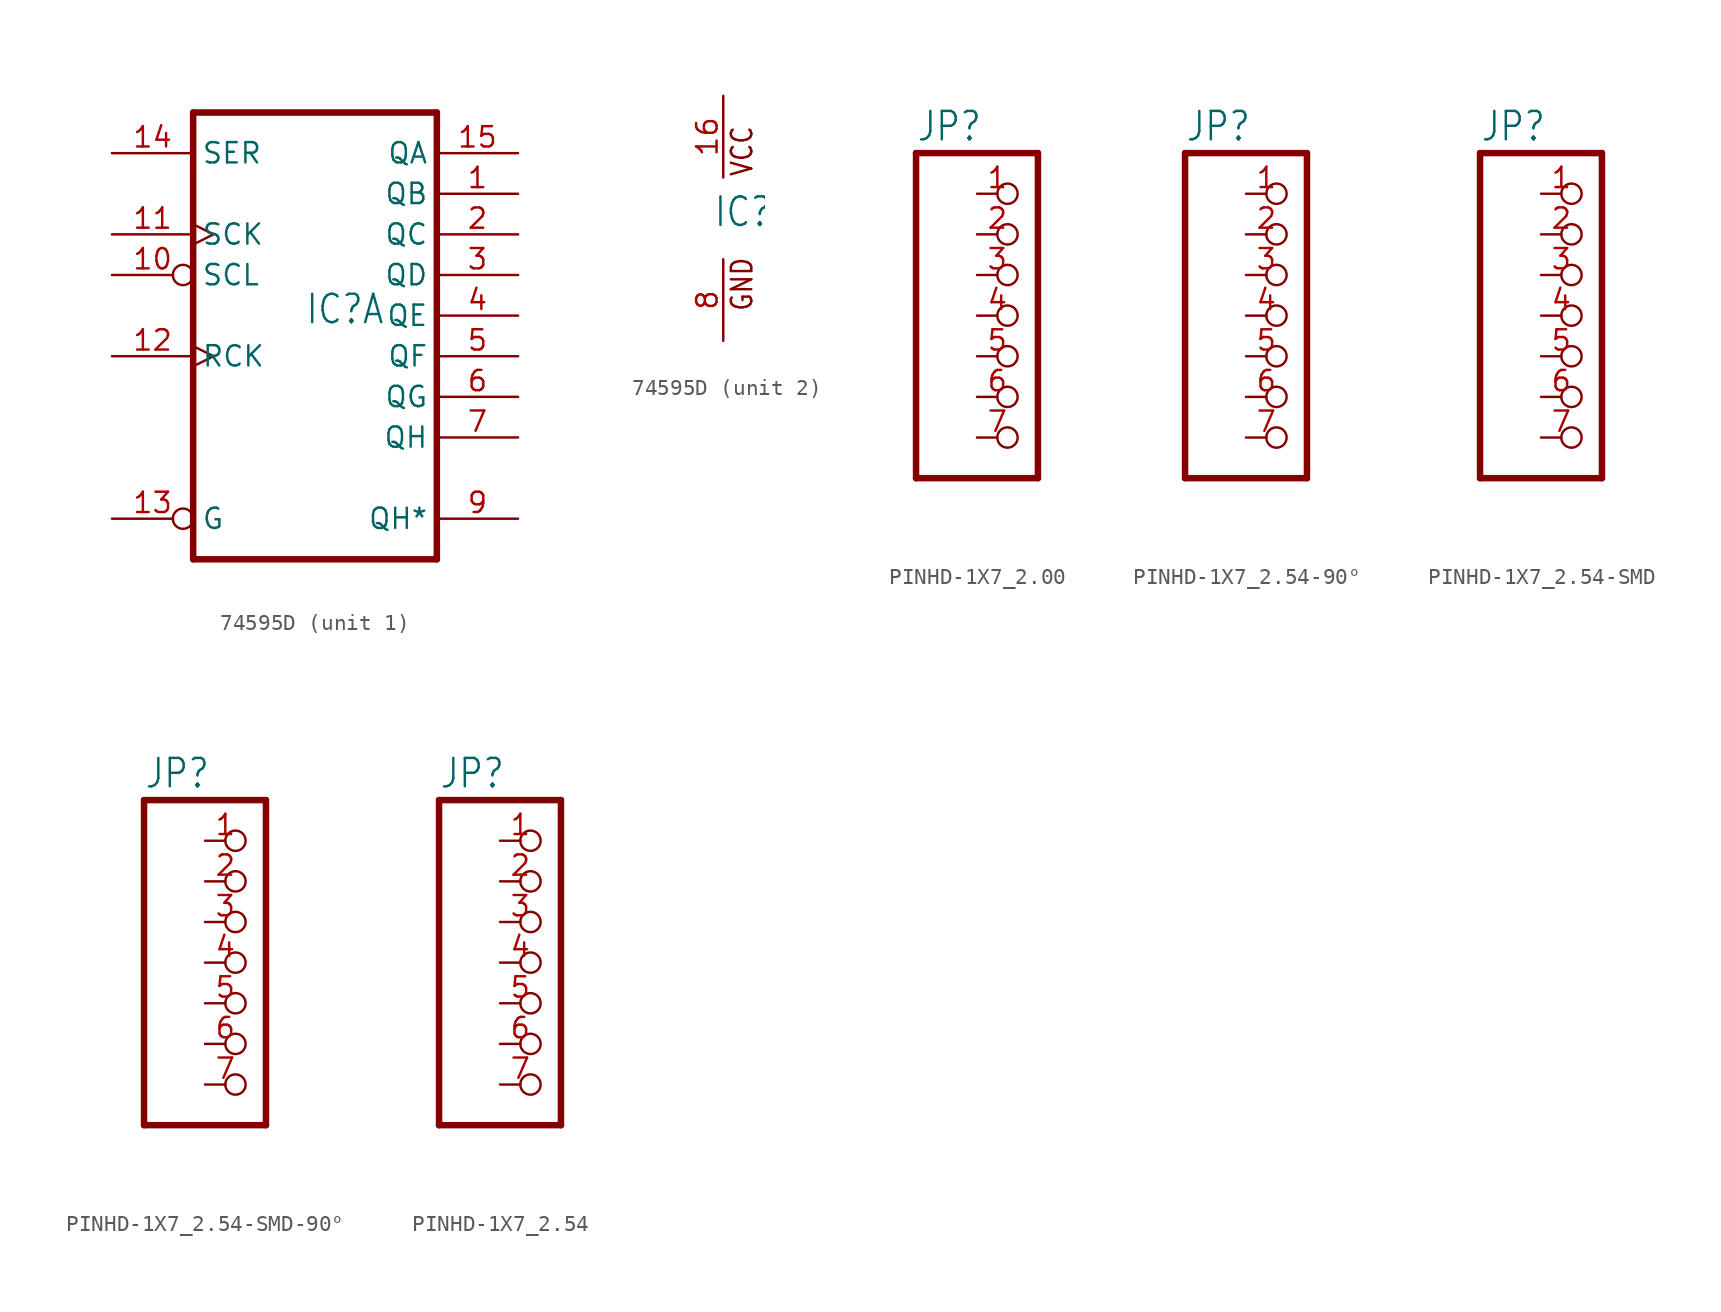
<source format=kicad_sym>
(kicad_symbol_lib
  (version 20220914)
  (generator kicad_symbol_editor)
  (symbol "74595D"
    (property "Reference" "IC"
      (at -0.635 -0.635 0)
      (effects (font (size 1.778 1.511)) (justify left bottom)))
    (property "ki_locked" ""
      (at 0 0 0)
      (effects (font (size 1.27 1.27))))
    (symbol "74595D_1_0"
      (polyline (pts (xy -7.62 -15.24) (xy 7.62 -15.24)) (stroke (width 0.406) (type solid)) (fill (type none)))
      (polyline (pts (xy -7.62 12.7) (xy -7.62 -15.24)) (stroke (width 0.406) (type solid)) (fill (type none)))
      (polyline (pts (xy 7.62 -15.24) (xy 7.62 12.7)) (stroke (width 0.406) (type solid)) (fill (type none)))
      (polyline (pts (xy 7.62 12.7) (xy -7.62 12.7)) (stroke (width 0.406) (type solid)) (fill (type none)))
      (pin tri_state line (at 12.7 7.62 180) (length 5.08) (name "QB" (effects (font (size 1.27 1.27)))) (number "1" (effects (font (size 1.27 1.27)))))
      (pin input inverted (at -12.7 2.54 0) (length 5.08) (name "SCL" (effects (font (size 1.27 1.27)))) (number "10" (effects (font (size 1.27 1.27)))))
      (pin input clock (at -12.7 5.08 0) (length 5.08) (name "SCK" (effects (font (size 1.27 1.27)))) (number "11" (effects (font (size 1.27 1.27)))))
      (pin input clock (at -12.7 -2.54 0) (length 5.08) (name "RCK" (effects (font (size 1.27 1.27)))) (number "12" (effects (font (size 1.27 1.27)))))
      (pin input inverted (at -12.7 -12.7 0) (length 5.08) (name "G" (effects (font (size 1.27 1.27)))) (number "13" (effects (font (size 1.27 1.27)))))
      (pin input line (at -12.7 10.16 0) (length 5.08) (name "SER" (effects (font (size 1.27 1.27)))) (number "14" (effects (font (size 1.27 1.27)))))
      (pin tri_state line (at 12.7 10.16 180) (length 5.08) (name "QA" (effects (font (size 1.27 1.27)))) (number "15" (effects (font (size 1.27 1.27)))))
      (pin tri_state line (at 12.7 5.08 180) (length 5.08) (name "QC" (effects (font (size 1.27 1.27)))) (number "2" (effects (font (size 1.27 1.27)))))
      (pin tri_state line (at 12.7 2.54 180) (length 5.08) (name "QD" (effects (font (size 1.27 1.27)))) (number "3" (effects (font (size 1.27 1.27)))))
      (pin tri_state line (at 12.7 0 180) (length 5.08) (name "QE" (effects (font (size 1.27 1.27)))) (number "4" (effects (font (size 1.27 1.27)))))
      (pin tri_state line (at 12.7 -2.54 180) (length 5.08) (name "QF" (effects (font (size 1.27 1.27)))) (number "5" (effects (font (size 1.27 1.27)))))
      (pin tri_state line (at 12.7 -5.08 180) (length 5.08) (name "QG" (effects (font (size 1.27 1.27)))) (number "6" (effects (font (size 1.27 1.27)))))
      (pin tri_state line (at 12.7 -7.62 180) (length 5.08) (name "QH" (effects (font (size 1.27 1.27)))) (number "7" (effects (font (size 1.27 1.27)))))
      (pin tri_state line (at 12.7 -12.7 180) (length 5.08) (name "QH*" (effects (font (size 1.27 1.27)))) (number "9" (effects (font (size 1.27 1.27))))))
    (symbol "74595D_2_0"
      (text "GND" (at 1.905 -5.842 900) (effects (font (size 1.27 1.079)) (justify left bottom)))
      (text "VCC" (at 1.905 2.54 900) (effects (font (size 1.27 1.079)) (justify left bottom)))
      (pin power_in line (at 0 7.62 270) (length 5.08) (name "VCC" (effects (font (size 0 0)))) (number "16" (effects (font (size 1.27 1.27)))))
      (pin power_in line (at 0 -7.62 90) (length 5.08) (name "GND" (effects (font (size 0 0)))) (number "8" (effects (font (size 1.27 1.27)))))))
  (symbol "PINHD-1X7_2.00"
    (property "Reference" "JP"
      (at -6.35 10.795 0)
      (effects (font (size 1.778 1.511)) (justify left bottom)))
    (property "Value" ""
      (at -6.35 -12.7 0)
      (effects (font (size 1.778 1.511)) (justify left bottom)))
    (property "ki_locked" ""
      (at 0 0 0)
      (effects (font (size 1.27 1.27))))
    (symbol "PINHD-1X7_2.00_1_0"
      (polyline (pts (xy -6.35 -10.16) (xy 1.27 -10.16)) (stroke (width 0.406) (type solid)) (fill (type none)))
      (polyline (pts (xy -6.35 10.16) (xy -6.35 -10.16)) (stroke (width 0.406) (type solid)) (fill (type none)))
      (polyline (pts (xy 1.27 -10.16) (xy 1.27 10.16)) (stroke (width 0.406) (type solid)) (fill (type none)))
      (polyline (pts (xy 1.27 10.16) (xy -6.35 10.16)) (stroke (width 0.406) (type solid)) (fill (type none)))
      (pin passive inverted (at -2.54 7.62 0) (length 2.54) (name "1" (effects (font (size 0 0)))) (number "1" (effects (font (size 1.27 1.27)))))
      (pin passive inverted (at -2.54 5.08 0) (length 2.54) (name "2" (effects (font (size 0 0)))) (number "2" (effects (font (size 1.27 1.27)))))
      (pin passive inverted (at -2.54 2.54 0) (length 2.54) (name "3" (effects (font (size 0 0)))) (number "3" (effects (font (size 1.27 1.27)))))
      (pin passive inverted (at -2.54 0 0) (length 2.54) (name "4" (effects (font (size 0 0)))) (number "4" (effects (font (size 1.27 1.27)))))
      (pin passive inverted (at -2.54 -2.54 0) (length 2.54) (name "5" (effects (font (size 0 0)))) (number "5" (effects (font (size 1.27 1.27)))))
      (pin passive inverted (at -2.54 -5.08 0) (length 2.54) (name "6" (effects (font (size 0 0)))) (number "6" (effects (font (size 1.27 1.27)))))
      (pin passive inverted (at -2.54 -7.62 0) (length 2.54) (name "7" (effects (font (size 0 0)))) (number "7" (effects (font (size 1.27 1.27)))))))
  (symbol "PINHD-1X7_2.54-90°"
    (property "Reference" "JP"
      (at -6.35 10.795 0)
      (effects (font (size 1.778 1.511)) (justify left bottom)))
    (property "Value" ""
      (at -6.35 -12.7 0)
      (effects (font (size 1.778 1.511)) (justify left bottom)))
    (property "ki_locked" ""
      (at 0 0 0)
      (effects (font (size 1.27 1.27))))
    (symbol "PINHD-1X7_2.54-90°_1_0"
      (polyline (pts (xy -6.35 -10.16) (xy 1.27 -10.16)) (stroke (width 0.406) (type solid)) (fill (type none)))
      (polyline (pts (xy -6.35 10.16) (xy -6.35 -10.16)) (stroke (width 0.406) (type solid)) (fill (type none)))
      (polyline (pts (xy 1.27 -10.16) (xy 1.27 10.16)) (stroke (width 0.406) (type solid)) (fill (type none)))
      (polyline (pts (xy 1.27 10.16) (xy -6.35 10.16)) (stroke (width 0.406) (type solid)) (fill (type none)))
      (pin passive inverted (at -2.54 7.62 0) (length 2.54) (name "1" (effects (font (size 0 0)))) (number "1" (effects (font (size 1.27 1.27)))))
      (pin passive inverted (at -2.54 5.08 0) (length 2.54) (name "2" (effects (font (size 0 0)))) (number "2" (effects (font (size 1.27 1.27)))))
      (pin passive inverted (at -2.54 2.54 0) (length 2.54) (name "3" (effects (font (size 0 0)))) (number "3" (effects (font (size 1.27 1.27)))))
      (pin passive inverted (at -2.54 0 0) (length 2.54) (name "4" (effects (font (size 0 0)))) (number "4" (effects (font (size 1.27 1.27)))))
      (pin passive inverted (at -2.54 -2.54 0) (length 2.54) (name "5" (effects (font (size 0 0)))) (number "5" (effects (font (size 1.27 1.27)))))
      (pin passive inverted (at -2.54 -5.08 0) (length 2.54) (name "6" (effects (font (size 0 0)))) (number "6" (effects (font (size 1.27 1.27)))))
      (pin passive inverted (at -2.54 -7.62 0) (length 2.54) (name "7" (effects (font (size 0 0)))) (number "7" (effects (font (size 1.27 1.27)))))))
  (symbol "PINHD-1X7_2.54-SMD"
    (property "Reference" "JP"
      (at -6.35 10.795 0)
      (effects (font (size 1.778 1.511)) (justify left bottom)))
    (property "Value" ""
      (at -6.35 -12.7 0)
      (effects (font (size 1.778 1.511)) (justify left bottom)))
    (property "ki_locked" ""
      (at 0 0 0)
      (effects (font (size 1.27 1.27))))
    (symbol "PINHD-1X7_2.54-SMD_1_0"
      (polyline (pts (xy -6.35 -10.16) (xy 1.27 -10.16)) (stroke (width 0.406) (type solid)) (fill (type none)))
      (polyline (pts (xy -6.35 10.16) (xy -6.35 -10.16)) (stroke (width 0.406) (type solid)) (fill (type none)))
      (polyline (pts (xy 1.27 -10.16) (xy 1.27 10.16)) (stroke (width 0.406) (type solid)) (fill (type none)))
      (polyline (pts (xy 1.27 10.16) (xy -6.35 10.16)) (stroke (width 0.406) (type solid)) (fill (type none)))
      (pin passive inverted (at -2.54 7.62 0) (length 2.54) (name "1" (effects (font (size 0 0)))) (number "1" (effects (font (size 1.27 1.27)))))
      (pin passive inverted (at -2.54 5.08 0) (length 2.54) (name "2" (effects (font (size 0 0)))) (number "2" (effects (font (size 1.27 1.27)))))
      (pin passive inverted (at -2.54 2.54 0) (length 2.54) (name "3" (effects (font (size 0 0)))) (number "3" (effects (font (size 1.27 1.27)))))
      (pin passive inverted (at -2.54 0 0) (length 2.54) (name "4" (effects (font (size 0 0)))) (number "4" (effects (font (size 1.27 1.27)))))
      (pin passive inverted (at -2.54 -2.54 0) (length 2.54) (name "5" (effects (font (size 0 0)))) (number "5" (effects (font (size 1.27 1.27)))))
      (pin passive inverted (at -2.54 -5.08 0) (length 2.54) (name "6" (effects (font (size 0 0)))) (number "6" (effects (font (size 1.27 1.27)))))
      (pin passive inverted (at -2.54 -7.62 0) (length 2.54) (name "7" (effects (font (size 0 0)))) (number "7" (effects (font (size 1.27 1.27)))))))
  (symbol "PINHD-1X7_2.54-SMD-90°"
    (property "Reference" "JP"
      (at -6.35 10.795 0)
      (effects (font (size 1.778 1.511)) (justify left bottom)))
    (property "Value" ""
      (at -6.35 -12.7 0)
      (effects (font (size 1.778 1.511)) (justify left bottom)))
    (property "ki_locked" ""
      (at 0 0 0)
      (effects (font (size 1.27 1.27))))
    (symbol "PINHD-1X7_2.54-SMD-90°_1_0"
      (polyline (pts (xy -6.35 -10.16) (xy 1.27 -10.16)) (stroke (width 0.406) (type solid)) (fill (type none)))
      (polyline (pts (xy -6.35 10.16) (xy -6.35 -10.16)) (stroke (width 0.406) (type solid)) (fill (type none)))
      (polyline (pts (xy 1.27 -10.16) (xy 1.27 10.16)) (stroke (width 0.406) (type solid)) (fill (type none)))
      (polyline (pts (xy 1.27 10.16) (xy -6.35 10.16)) (stroke (width 0.406) (type solid)) (fill (type none)))
      (pin passive inverted (at -2.54 7.62 0) (length 2.54) (name "1" (effects (font (size 0 0)))) (number "1" (effects (font (size 1.27 1.27)))))
      (pin passive inverted (at -2.54 5.08 0) (length 2.54) (name "2" (effects (font (size 0 0)))) (number "2" (effects (font (size 1.27 1.27)))))
      (pin passive inverted (at -2.54 2.54 0) (length 2.54) (name "3" (effects (font (size 0 0)))) (number "3" (effects (font (size 1.27 1.27)))))
      (pin passive inverted (at -2.54 0 0) (length 2.54) (name "4" (effects (font (size 0 0)))) (number "4" (effects (font (size 1.27 1.27)))))
      (pin passive inverted (at -2.54 -2.54 0) (length 2.54) (name "5" (effects (font (size 0 0)))) (number "5" (effects (font (size 1.27 1.27)))))
      (pin passive inverted (at -2.54 -5.08 0) (length 2.54) (name "6" (effects (font (size 0 0)))) (number "6" (effects (font (size 1.27 1.27)))))
      (pin passive inverted (at -2.54 -7.62 0) (length 2.54) (name "7" (effects (font (size 0 0)))) (number "7" (effects (font (size 1.27 1.27)))))))
  (symbol "PINHD-1X7_2.54"
    (property "Reference" "JP"
      (at -6.35 10.795 0)
      (effects (font (size 1.778 1.511)) (justify left bottom)))
    (property "Value" ""
      (at -6.35 -12.7 0)
      (effects (font (size 1.778 1.511)) (justify left bottom)))
    (property "ki_locked" ""
      (at 0 0 0)
      (effects (font (size 1.27 1.27))))
    (symbol "PINHD-1X7_2.54_1_0"
      (polyline (pts (xy -6.35 -10.16) (xy 1.27 -10.16)) (stroke (width 0.406) (type solid)) (fill (type none)))
      (polyline (pts (xy -6.35 10.16) (xy -6.35 -10.16)) (stroke (width 0.406) (type solid)) (fill (type none)))
      (polyline (pts (xy 1.27 -10.16) (xy 1.27 10.16)) (stroke (width 0.406) (type solid)) (fill (type none)))
      (polyline (pts (xy 1.27 10.16) (xy -6.35 10.16)) (stroke (width 0.406) (type solid)) (fill (type none)))
      (pin passive inverted (at -2.54 7.62 0) (length 2.54) (name "1" (effects (font (size 0 0)))) (number "1" (effects (font (size 1.27 1.27)))))
      (pin passive inverted (at -2.54 5.08 0) (length 2.54) (name "2" (effects (font (size 0 0)))) (number "2" (effects (font (size 1.27 1.27)))))
      (pin passive inverted (at -2.54 2.54 0) (length 2.54) (name "3" (effects (font (size 0 0)))) (number "3" (effects (font (size 1.27 1.27)))))
      (pin passive inverted (at -2.54 0 0) (length 2.54) (name "4" (effects (font (size 0 0)))) (number "4" (effects (font (size 1.27 1.27)))))
      (pin passive inverted (at -2.54 -2.54 0) (length 2.54) (name "5" (effects (font (size 0 0)))) (number "5" (effects (font (size 1.27 1.27)))))
      (pin passive inverted (at -2.54 -5.08 0) (length 2.54) (name "6" (effects (font (size 0 0)))) (number "6" (effects (font (size 1.27 1.27)))))
      (pin passive inverted (at -2.54 -7.62 0) (length 2.54) (name "7" (effects (font (size 0 0)))) (number "7" (effects (font (size 1.27 1.27))))))))
</source>
